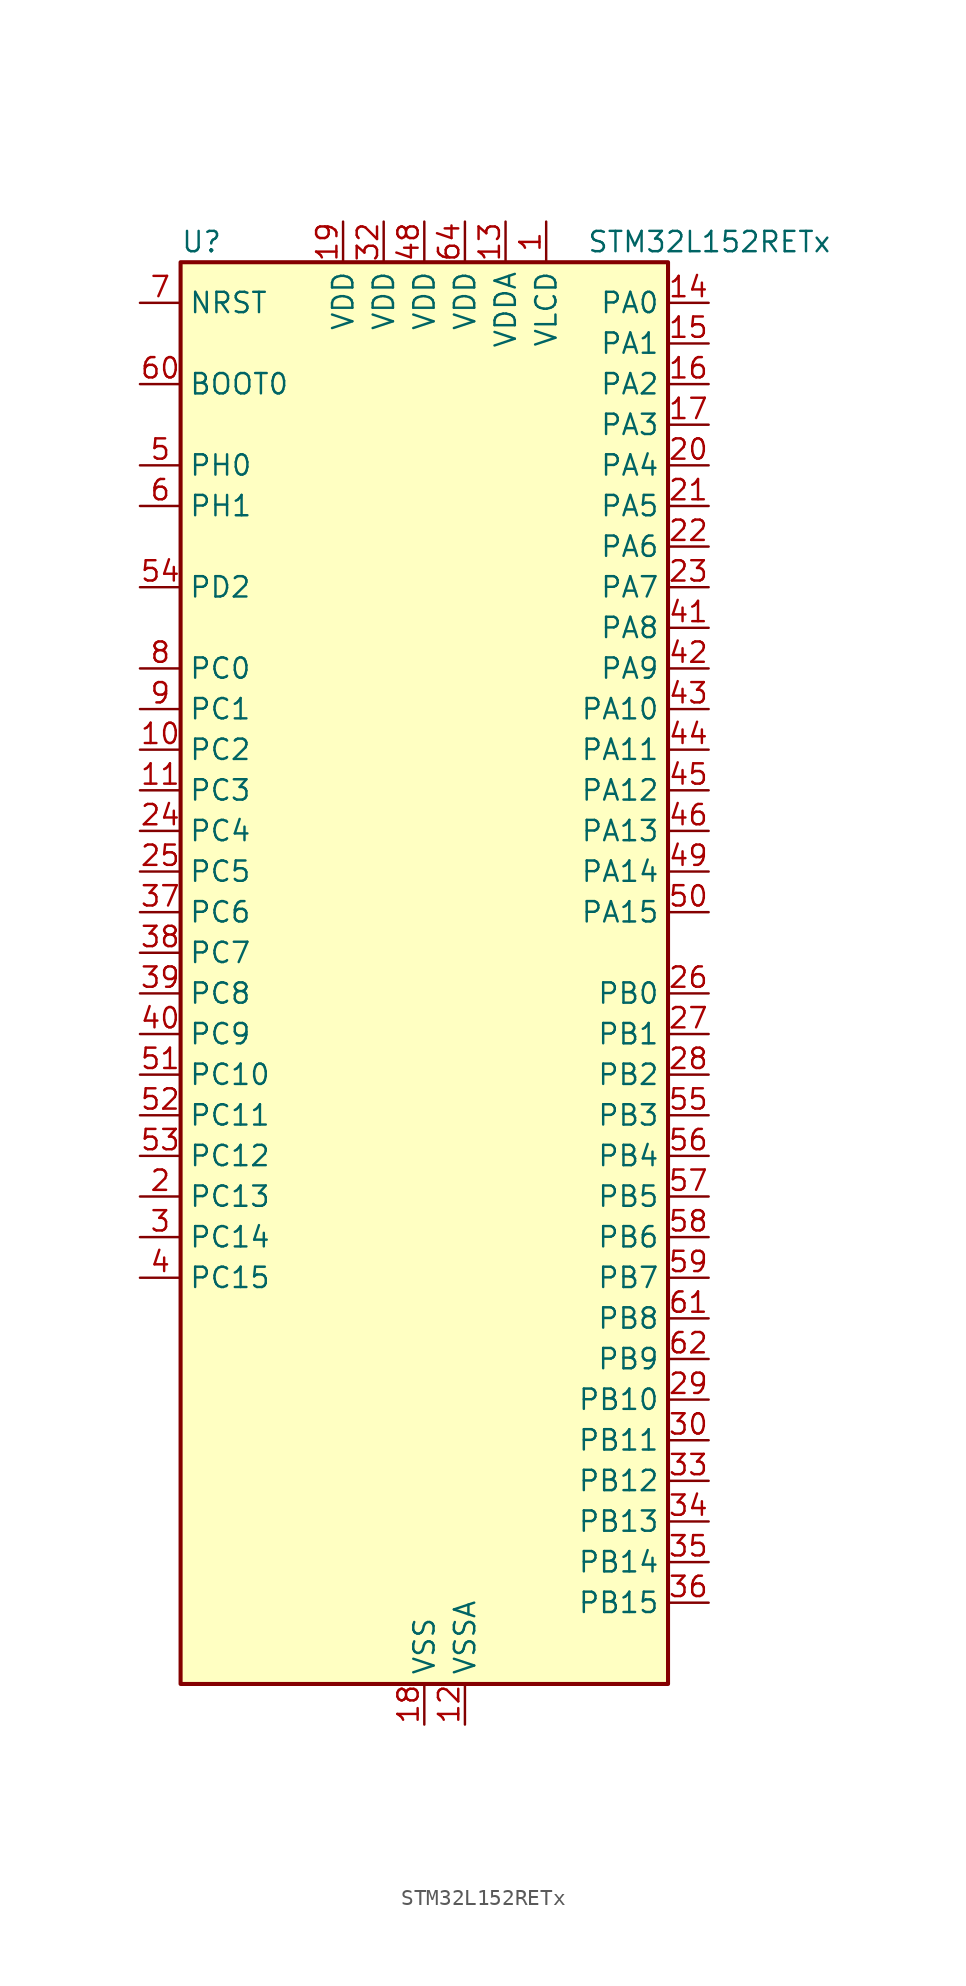
<source format=kicad_sym>
(kicad_symbol_lib
  (version 20220914)
  (generator kicad_symbol_editor)
  (symbol "STM32L152RETx"
    (property "Reference" "U"
      (at -15.24 46.99 0)
      (effects (font (size 1.27 1.27)) (justify left)))
    (property "Value" "STM32L152RETx"
      (at 10.16 46.99 0)
      (effects (font (size 1.27 1.27)) (justify left)))
    (property "ki_locked" ""
      (at 0 0 0)
      (effects (font (size 1.27 1.27))))
    (symbol "STM32L152RETx_0_1"
      (rectangle (start -15.24 -43.18) (end 15.24 45.72) (stroke (width 0.254) (type default)) (fill (type background))))
    (symbol "STM32L152RETx_1_1"
      (pin power_in line (at 7.62 48.26 270) (length 2.54) (name "VLCD" (effects (font (size 1.27 1.27)))) (number "1" (effects (font (size 1.27 1.27)))))
      (pin bidirectional line (at -17.78 15.24 0) (length 2.54) (name "PC2" (effects (font (size 1.27 1.27)))) (number "10" (effects (font (size 1.27 1.27)))) (alternate "ADC_IN12" bidirectional line) (alternate "COMP1_INP" bidirectional line) (alternate "LCD_SEG20" bidirectional line) (alternate "TIMX_IC3" bidirectional line) (alternate "TS_G8_IO3" bidirectional line))
      (pin bidirectional line (at -17.78 12.7 0) (length 2.54) (name "PC3" (effects (font (size 1.27 1.27)))) (number "11" (effects (font (size 1.27 1.27)))) (alternate "ADC_IN13" bidirectional line) (alternate "COMP1_INP" bidirectional line) (alternate "LCD_SEG21" bidirectional line) (alternate "TIMX_IC4" bidirectional line) (alternate "TS_G8_IO4" bidirectional line))
      (pin power_in line (at 2.54 -45.72 90) (length 2.54) (name "VSSA" (effects (font (size 1.27 1.27)))) (number "12" (effects (font (size 1.27 1.27)))))
      (pin power_in line (at 5.08 48.26 270) (length 2.54) (name "VDDA" (effects (font (size 1.27 1.27)))) (number "13" (effects (font (size 1.27 1.27)))))
      (pin bidirectional line (at 17.78 43.18 180) (length 2.54) (name "PA0" (effects (font (size 1.27 1.27)))) (number "14" (effects (font (size 1.27 1.27)))) (alternate "ADC_IN0" bidirectional line) (alternate "COMP1_INP" bidirectional line) (alternate "RTC_TAMP2" bidirectional line) (alternate "SYS_WKUP1" bidirectional line) (alternate "TIM2_CH1" bidirectional line) (alternate "TIM2_ETR" bidirectional line) (alternate "TIM5_CH1" bidirectional line) (alternate "TIMX_IC1" bidirectional line) (alternate "TS_G1_IO1" bidirectional line) (alternate "USART2_CTS" bidirectional line))
      (pin bidirectional line (at 17.78 40.64 180) (length 2.54) (name "PA1" (effects (font (size 1.27 1.27)))) (number "15" (effects (font (size 1.27 1.27)))) (alternate "ADC_IN1" bidirectional line) (alternate "COMP1_INP" bidirectional line) (alternate "LCD_SEG0" bidirectional line) (alternate "OPAMP1_VINP" bidirectional line) (alternate "TIM2_CH2" bidirectional line) (alternate "TIM5_CH2" bidirectional line) (alternate "TIMX_IC2" bidirectional line) (alternate "TS_G1_IO2" bidirectional line) (alternate "USART2_RTS" bidirectional line))
      (pin bidirectional line (at 17.78 38.1 180) (length 2.54) (name "PA2" (effects (font (size 1.27 1.27)))) (number "16" (effects (font (size 1.27 1.27)))) (alternate "ADC_IN2" bidirectional line) (alternate "COMP1_INP" bidirectional line) (alternate "LCD_SEG1" bidirectional line) (alternate "OPAMP1_VINM" bidirectional line) (alternate "TIM2_CH3" bidirectional line) (alternate "TIM5_CH3" bidirectional line) (alternate "TIM9_CH1" bidirectional line) (alternate "TIMX_IC3" bidirectional line) (alternate "TS_G1_IO3" bidirectional line) (alternate "USART2_TX" bidirectional line))
      (pin bidirectional line (at 17.78 35.56 180) (length 2.54) (name "PA3" (effects (font (size 1.27 1.27)))) (number "17" (effects (font (size 1.27 1.27)))) (alternate "ADC_IN3" bidirectional line) (alternate "COMP1_INP" bidirectional line) (alternate "LCD_SEG2" bidirectional line) (alternate "OPAMP1_VOUT" bidirectional line) (alternate "TIM2_CH4" bidirectional line) (alternate "TIM5_CH4" bidirectional line) (alternate "TIM9_CH2" bidirectional line) (alternate "TIMX_IC4" bidirectional line) (alternate "TS_G1_IO4" bidirectional line) (alternate "USART2_RX" bidirectional line))
      (pin power_in line (at 0 -45.72 90) (length 2.54) (name "VSS" (effects (font (size 1.27 1.27)))) (number "18" (effects (font (size 1.27 1.27)))))
      (pin power_in line (at -5.08 48.26 270) (length 2.54) (name "VDD" (effects (font (size 1.27 1.27)))) (number "19" (effects (font (size 1.27 1.27)))))
      (pin bidirectional line (at -17.78 -12.7 0) (length 2.54) (name "PC13" (effects (font (size 1.27 1.27)))) (number "2" (effects (font (size 1.27 1.27)))) (alternate "RTC_OUT_ALARM" bidirectional line) (alternate "RTC_OUT_CALIB" bidirectional line) (alternate "RTC_TAMP1" bidirectional line) (alternate "RTC_TS" bidirectional line) (alternate "SYS_WKUP2" bidirectional line) (alternate "TIMX_IC2" bidirectional line))
      (pin bidirectional line (at 17.78 33.02 180) (length 2.54) (name "PA4" (effects (font (size 1.27 1.27)))) (number "20" (effects (font (size 1.27 1.27)))) (alternate "ADC_IN4" bidirectional line) (alternate "COMP1_INP" bidirectional line) (alternate "DAC_OUT1" bidirectional line) (alternate "I2S3_WS" bidirectional line) (alternate "SPI1_NSS" bidirectional line) (alternate "SPI3_NSS" bidirectional line) (alternate "TIMX_IC1" bidirectional line) (alternate "USART2_CK" bidirectional line))
      (pin bidirectional line (at 17.78 30.48 180) (length 2.54) (name "PA5" (effects (font (size 1.27 1.27)))) (number "21" (effects (font (size 1.27 1.27)))) (alternate "ADC_IN5" bidirectional line) (alternate "COMP1_INP" bidirectional line) (alternate "DAC_OUT2" bidirectional line) (alternate "SPI1_SCK" bidirectional line) (alternate "TIM2_CH1" bidirectional line) (alternate "TIM2_ETR" bidirectional line) (alternate "TIMX_IC2" bidirectional line))
      (pin bidirectional line (at 17.78 27.94 180) (length 2.54) (name "PA6" (effects (font (size 1.27 1.27)))) (number "22" (effects (font (size 1.27 1.27)))) (alternate "ADC_IN6" bidirectional line) (alternate "COMP1_INP" bidirectional line) (alternate "LCD_SEG3" bidirectional line) (alternate "OPAMP2_VINP" bidirectional line) (alternate "SPI1_MISO" bidirectional line) (alternate "TIM10_CH1" bidirectional line) (alternate "TIM3_CH1" bidirectional line) (alternate "TIMX_IC3" bidirectional line) (alternate "TS_G2_IO1" bidirectional line))
      (pin bidirectional line (at 17.78 25.4 180) (length 2.54) (name "PA7" (effects (font (size 1.27 1.27)))) (number "23" (effects (font (size 1.27 1.27)))) (alternate "ADC_IN7" bidirectional line) (alternate "COMP1_INP" bidirectional line) (alternate "LCD_SEG4" bidirectional line) (alternate "OPAMP2_VINM" bidirectional line) (alternate "SPI1_MOSI" bidirectional line) (alternate "TIM11_CH1" bidirectional line) (alternate "TIM3_CH2" bidirectional line) (alternate "TIMX_IC4" bidirectional line) (alternate "TS_G2_IO2" bidirectional line))
      (pin bidirectional line (at -17.78 10.16 0) (length 2.54) (name "PC4" (effects (font (size 1.27 1.27)))) (number "24" (effects (font (size 1.27 1.27)))) (alternate "ADC_IN14" bidirectional line) (alternate "COMP1_INP" bidirectional line) (alternate "LCD_SEG22" bidirectional line) (alternate "TIMX_IC1" bidirectional line) (alternate "TS_G9_IO1" bidirectional line))
      (pin bidirectional line (at -17.78 7.62 0) (length 2.54) (name "PC5" (effects (font (size 1.27 1.27)))) (number "25" (effects (font (size 1.27 1.27)))) (alternate "ADC_IN15" bidirectional line) (alternate "COMP1_INP" bidirectional line) (alternate "LCD_SEG23" bidirectional line) (alternate "TIMX_IC2" bidirectional line) (alternate "TS_G9_IO2" bidirectional line))
      (pin bidirectional line (at 17.78 0 180) (length 2.54) (name "PB0" (effects (font (size 1.27 1.27)))) (number "26" (effects (font (size 1.27 1.27)))) (alternate "ADC_IN8" bidirectional line) (alternate "COMP1_INP" bidirectional line) (alternate "LCD_SEG5" bidirectional line) (alternate "OPAMP2_VOUT" bidirectional line) (alternate "SYS_V_REF_OUT" bidirectional line) (alternate "TIM3_CH3" bidirectional line) (alternate "TS_G3_IO1" bidirectional line))
      (pin bidirectional line (at 17.78 -2.54 180) (length 2.54) (name "PB1" (effects (font (size 1.27 1.27)))) (number "27" (effects (font (size 1.27 1.27)))) (alternate "ADC_IN9" bidirectional line) (alternate "COMP1_INP" bidirectional line) (alternate "LCD_SEG6" bidirectional line) (alternate "SYS_V_REF_OUT" bidirectional line) (alternate "TIM3_CH4" bidirectional line) (alternate "TS_G3_IO2" bidirectional line))
      (pin bidirectional line (at 17.78 -5.08 180) (length 2.54) (name "PB2" (effects (font (size 1.27 1.27)))) (number "28" (effects (font (size 1.27 1.27)))) (alternate "ADC_IN0b" bidirectional line) (alternate "TS_G3_IO3" bidirectional line))
      (pin bidirectional line (at 17.78 -25.4 180) (length 2.54) (name "PB10" (effects (font (size 1.27 1.27)))) (number "29" (effects (font (size 1.27 1.27)))) (alternate "I2C2_SCL" bidirectional line) (alternate "LCD_SEG10" bidirectional line) (alternate "TIM2_CH3" bidirectional line) (alternate "USART3_TX" bidirectional line))
      (pin bidirectional line (at -17.78 -15.24 0) (length 2.54) (name "PC14" (effects (font (size 1.27 1.27)))) (number "3" (effects (font (size 1.27 1.27)))) (alternate "RCC_OSC32_IN" bidirectional line) (alternate "TIMX_IC3" bidirectional line))
      (pin bidirectional line (at 17.78 -27.94 180) (length 2.54) (name "PB11" (effects (font (size 1.27 1.27)))) (number "30" (effects (font (size 1.27 1.27)))) (alternate "ADC_EXTI11" bidirectional line) (alternate "I2C2_SDA" bidirectional line) (alternate "LCD_SEG11" bidirectional line) (alternate "TIM2_CH4" bidirectional line) (alternate "USART3_RX" bidirectional line))
      (pin passive line (at 0 -45.72 90) (length 2.54) hide (name "VSS" (effects (font (size 1.27 1.27)))) (number "31" (effects (font (size 1.27 1.27)))))
      (pin power_in line (at -2.54 48.26 270) (length 2.54) (name "VDD" (effects (font (size 1.27 1.27)))) (number "32" (effects (font (size 1.27 1.27)))))
      (pin bidirectional line (at 17.78 -30.48 180) (length 2.54) (name "PB12" (effects (font (size 1.27 1.27)))) (number "33" (effects (font (size 1.27 1.27)))) (alternate "ADC_IN18" bidirectional line) (alternate "COMP1_INP" bidirectional line) (alternate "I2C2_SMBA" bidirectional line) (alternate "I2S2_WS" bidirectional line) (alternate "LCD_SEG12" bidirectional line) (alternate "SPI2_NSS" bidirectional line) (alternate "TIM10_CH1" bidirectional line) (alternate "TS_G7_IO1" bidirectional line) (alternate "USART3_CK" bidirectional line))
      (pin bidirectional line (at 17.78 -33.02 180) (length 2.54) (name "PB13" (effects (font (size 1.27 1.27)))) (number "34" (effects (font (size 1.27 1.27)))) (alternate "ADC_IN19" bidirectional line) (alternate "COMP1_INP" bidirectional line) (alternate "I2S2_CK" bidirectional line) (alternate "LCD_SEG13" bidirectional line) (alternate "SPI2_SCK" bidirectional line) (alternate "TIM9_CH1" bidirectional line) (alternate "TS_G7_IO2" bidirectional line) (alternate "USART3_CTS" bidirectional line))
      (pin bidirectional line (at 17.78 -35.56 180) (length 2.54) (name "PB14" (effects (font (size 1.27 1.27)))) (number "35" (effects (font (size 1.27 1.27)))) (alternate "ADC_IN20" bidirectional line) (alternate "COMP1_INP" bidirectional line) (alternate "LCD_SEG14" bidirectional line) (alternate "SPI2_MISO" bidirectional line) (alternate "TIM9_CH2" bidirectional line) (alternate "TS_G7_IO3" bidirectional line) (alternate "USART3_RTS" bidirectional line))
      (pin bidirectional line (at 17.78 -38.1 180) (length 2.54) (name "PB15" (effects (font (size 1.27 1.27)))) (number "36" (effects (font (size 1.27 1.27)))) (alternate "ADC_EXTI15" bidirectional line) (alternate "ADC_IN21" bidirectional line) (alternate "COMP1_INP" bidirectional line) (alternate "I2S2_SD" bidirectional line) (alternate "LCD_SEG15" bidirectional line) (alternate "RTC_REFIN" bidirectional line) (alternate "SPI2_MOSI" bidirectional line) (alternate "TIM11_CH1" bidirectional line) (alternate "TS_G7_IO4" bidirectional line))
      (pin bidirectional line (at -17.78 5.08 0) (length 2.54) (name "PC6" (effects (font (size 1.27 1.27)))) (number "37" (effects (font (size 1.27 1.27)))) (alternate "I2S2_MCK" bidirectional line) (alternate "LCD_SEG24" bidirectional line) (alternate "TIM3_CH1" bidirectional line) (alternate "TIMX_IC3" bidirectional line) (alternate "TS_G10_IO1" bidirectional line))
      (pin bidirectional line (at -17.78 2.54 0) (length 2.54) (name "PC7" (effects (font (size 1.27 1.27)))) (number "38" (effects (font (size 1.27 1.27)))) (alternate "I2S3_MCK" bidirectional line) (alternate "LCD_SEG25" bidirectional line) (alternate "TIM3_CH2" bidirectional line) (alternate "TIMX_IC4" bidirectional line) (alternate "TS_G10_IO2" bidirectional line))
      (pin bidirectional line (at -17.78 0 0) (length 2.54) (name "PC8" (effects (font (size 1.27 1.27)))) (number "39" (effects (font (size 1.27 1.27)))) (alternate "LCD_SEG26" bidirectional line) (alternate "TIM3_CH3" bidirectional line) (alternate "TIMX_IC1" bidirectional line) (alternate "TS_G10_IO3" bidirectional line))
      (pin bidirectional line (at -17.78 -17.78 0) (length 2.54) (name "PC15" (effects (font (size 1.27 1.27)))) (number "4" (effects (font (size 1.27 1.27)))) (alternate "ADC_EXTI15" bidirectional line) (alternate "RCC_OSC32_OUT" bidirectional line) (alternate "TIMX_IC4" bidirectional line))
      (pin bidirectional line (at -17.78 -2.54 0) (length 2.54) (name "PC9" (effects (font (size 1.27 1.27)))) (number "40" (effects (font (size 1.27 1.27)))) (alternate "DAC_EXTI9" bidirectional line) (alternate "LCD_SEG27" bidirectional line) (alternate "TIM3_CH4" bidirectional line) (alternate "TIMX_IC2" bidirectional line) (alternate "TS_G10_IO4" bidirectional line))
      (pin bidirectional line (at 17.78 22.86 180) (length 2.54) (name "PA8" (effects (font (size 1.27 1.27)))) (number "41" (effects (font (size 1.27 1.27)))) (alternate "LCD_COM0" bidirectional line) (alternate "RCC_MCO" bidirectional line) (alternate "TIMX_IC1" bidirectional line) (alternate "TS_G4_IO1" bidirectional line) (alternate "USART1_CK" bidirectional line))
      (pin bidirectional line (at 17.78 20.32 180) (length 2.54) (name "PA9" (effects (font (size 1.27 1.27)))) (number "42" (effects (font (size 1.27 1.27)))) (alternate "DAC_EXTI9" bidirectional line) (alternate "LCD_COM1" bidirectional line) (alternate "TIMX_IC2" bidirectional line) (alternate "TS_G4_IO2" bidirectional line) (alternate "USART1_TX" bidirectional line))
      (pin bidirectional line (at 17.78 17.78 180) (length 2.54) (name "PA10" (effects (font (size 1.27 1.27)))) (number "43" (effects (font (size 1.27 1.27)))) (alternate "LCD_COM2" bidirectional line) (alternate "TIMX_IC3" bidirectional line) (alternate "TS_G4_IO3" bidirectional line) (alternate "USART1_RX" bidirectional line))
      (pin bidirectional line (at 17.78 15.24 180) (length 2.54) (name "PA11" (effects (font (size 1.27 1.27)))) (number "44" (effects (font (size 1.27 1.27)))) (alternate "ADC_EXTI11" bidirectional line) (alternate "SPI1_MISO" bidirectional line) (alternate "TIMX_IC4" bidirectional line) (alternate "USART1_CTS" bidirectional line) (alternate "USB_DM" bidirectional line))
      (pin bidirectional line (at 17.78 12.7 180) (length 2.54) (name "PA12" (effects (font (size 1.27 1.27)))) (number "45" (effects (font (size 1.27 1.27)))) (alternate "SPI1_MOSI" bidirectional line) (alternate "TIMX_IC1" bidirectional line) (alternate "USART1_RTS" bidirectional line) (alternate "USB_DP" bidirectional line))
      (pin bidirectional line (at 17.78 10.16 180) (length 2.54) (name "PA13" (effects (font (size 1.27 1.27)))) (number "46" (effects (font (size 1.27 1.27)))) (alternate "SYS_JTMS-SWDIO" bidirectional line) (alternate "TIMX_IC2" bidirectional line) (alternate "TS_G5_IO1" bidirectional line))
      (pin passive line (at 0 -45.72 90) (length 2.54) hide (name "VSS" (effects (font (size 1.27 1.27)))) (number "47" (effects (font (size 1.27 1.27)))))
      (pin power_in line (at 0 48.26 270) (length 2.54) (name "VDD" (effects (font (size 1.27 1.27)))) (number "48" (effects (font (size 1.27 1.27)))))
      (pin bidirectional line (at 17.78 7.62 180) (length 2.54) (name "PA14" (effects (font (size 1.27 1.27)))) (number "49" (effects (font (size 1.27 1.27)))) (alternate "SYS_JTCK-SWCLK" bidirectional line) (alternate "TIMX_IC3" bidirectional line) (alternate "TS_G5_IO2" bidirectional line))
      (pin bidirectional line (at -17.78 33.02 0) (length 2.54) (name "PH0" (effects (font (size 1.27 1.27)))) (number "5" (effects (font (size 1.27 1.27)))) (alternate "RCC_OSC_IN" bidirectional line))
      (pin bidirectional line (at 17.78 5.08 180) (length 2.54) (name "PA15" (effects (font (size 1.27 1.27)))) (number "50" (effects (font (size 1.27 1.27)))) (alternate "ADC_EXTI15" bidirectional line) (alternate "I2S3_WS" bidirectional line) (alternate "LCD_SEG17" bidirectional line) (alternate "SPI1_NSS" bidirectional line) (alternate "SPI3_NSS" bidirectional line) (alternate "SYS_JTDI" bidirectional line) (alternate "TIM2_CH1" bidirectional line) (alternate "TIM2_ETR" bidirectional line) (alternate "TIMX_IC4" bidirectional line) (alternate "TS_G5_IO3" bidirectional line))
      (pin bidirectional line (at -17.78 -5.08 0) (length 2.54) (name "PC10" (effects (font (size 1.27 1.27)))) (number "51" (effects (font (size 1.27 1.27)))) (alternate "I2S3_CK" bidirectional line) (alternate "LCD_COM4" bidirectional line) (alternate "LCD_SEG28" bidirectional line) (alternate "LCD_SEG40" bidirectional line) (alternate "SPI3_SCK" bidirectional line) (alternate "TIMX_IC3" bidirectional line) (alternate "UART4_TX" bidirectional line) (alternate "USART3_TX" bidirectional line))
      (pin bidirectional line (at -17.78 -7.62 0) (length 2.54) (name "PC11" (effects (font (size 1.27 1.27)))) (number "52" (effects (font (size 1.27 1.27)))) (alternate "ADC_EXTI11" bidirectional line) (alternate "LCD_COM5" bidirectional line) (alternate "LCD_SEG29" bidirectional line) (alternate "LCD_SEG41" bidirectional line) (alternate "SPI3_MISO" bidirectional line) (alternate "TIMX_IC4" bidirectional line) (alternate "UART4_RX" bidirectional line) (alternate "USART3_RX" bidirectional line))
      (pin bidirectional line (at -17.78 -10.16 0) (length 2.54) (name "PC12" (effects (font (size 1.27 1.27)))) (number "53" (effects (font (size 1.27 1.27)))) (alternate "I2S3_SD" bidirectional line) (alternate "LCD_COM6" bidirectional line) (alternate "LCD_SEG30" bidirectional line) (alternate "LCD_SEG42" bidirectional line) (alternate "SPI3_MOSI" bidirectional line) (alternate "TIMX_IC1" bidirectional line) (alternate "UART5_TX" bidirectional line) (alternate "USART3_CK" bidirectional line))
      (pin bidirectional line (at -17.78 25.4 0) (length 2.54) (name "PD2" (effects (font (size 1.27 1.27)))) (number "54" (effects (font (size 1.27 1.27)))) (alternate "LCD_COM7" bidirectional line) (alternate "LCD_SEG31" bidirectional line) (alternate "LCD_SEG43" bidirectional line) (alternate "TIM3_ETR" bidirectional line) (alternate "TIMX_IC3" bidirectional line) (alternate "UART5_RX" bidirectional line))
      (pin bidirectional line (at 17.78 -7.62 180) (length 2.54) (name "PB3" (effects (font (size 1.27 1.27)))) (number "55" (effects (font (size 1.27 1.27)))) (alternate "COMP2_INM" bidirectional line) (alternate "I2S3_CK" bidirectional line) (alternate "LCD_SEG7" bidirectional line) (alternate "SPI1_SCK" bidirectional line) (alternate "SPI3_SCK" bidirectional line) (alternate "SYS_JTDO-TRACESWO" bidirectional line) (alternate "TIM2_CH2" bidirectional line))
      (pin bidirectional line (at 17.78 -10.16 180) (length 2.54) (name "PB4" (effects (font (size 1.27 1.27)))) (number "56" (effects (font (size 1.27 1.27)))) (alternate "COMP2_INP" bidirectional line) (alternate "LCD_SEG8" bidirectional line) (alternate "SPI1_MISO" bidirectional line) (alternate "SPI3_MISO" bidirectional line) (alternate "SYS_JTRST" bidirectional line) (alternate "TIM3_CH1" bidirectional line) (alternate "TS_G6_IO1" bidirectional line))
      (pin bidirectional line (at 17.78 -12.7 180) (length 2.54) (name "PB5" (effects (font (size 1.27 1.27)))) (number "57" (effects (font (size 1.27 1.27)))) (alternate "COMP2_INP" bidirectional line) (alternate "I2C1_SMBA" bidirectional line) (alternate "I2S3_SD" bidirectional line) (alternate "LCD_SEG9" bidirectional line) (alternate "SPI1_MOSI" bidirectional line) (alternate "SPI3_MOSI" bidirectional line) (alternate "TIM3_CH2" bidirectional line) (alternate "TS_G6_IO2" bidirectional line))
      (pin bidirectional line (at 17.78 -15.24 180) (length 2.54) (name "PB6" (effects (font (size 1.27 1.27)))) (number "58" (effects (font (size 1.27 1.27)))) (alternate "COMP2_INP" bidirectional line) (alternate "I2C1_SCL" bidirectional line) (alternate "TIM4_CH1" bidirectional line) (alternate "TS_G6_IO3" bidirectional line) (alternate "USART1_TX" bidirectional line))
      (pin bidirectional line (at 17.78 -17.78 180) (length 2.54) (name "PB7" (effects (font (size 1.27 1.27)))) (number "59" (effects (font (size 1.27 1.27)))) (alternate "COMP2_INP" bidirectional line) (alternate "I2C1_SDA" bidirectional line) (alternate "SYS_PVD_IN" bidirectional line) (alternate "TIM4_CH2" bidirectional line) (alternate "TS_G6_IO4" bidirectional line) (alternate "USART1_RX" bidirectional line))
      (pin bidirectional line (at -17.78 30.48 0) (length 2.54) (name "PH1" (effects (font (size 1.27 1.27)))) (number "6" (effects (font (size 1.27 1.27)))) (alternate "RCC_OSC_OUT" bidirectional line))
      (pin input line (at -17.78 38.1 0) (length 2.54) (name "BOOT0" (effects (font (size 1.27 1.27)))) (number "60" (effects (font (size 1.27 1.27)))))
      (pin bidirectional line (at 17.78 -20.32 180) (length 2.54) (name "PB8" (effects (font (size 1.27 1.27)))) (number "61" (effects (font (size 1.27 1.27)))) (alternate "I2C1_SCL" bidirectional line) (alternate "LCD_SEG16" bidirectional line) (alternate "TIM10_CH1" bidirectional line) (alternate "TIM4_CH3" bidirectional line))
      (pin bidirectional line (at 17.78 -22.86 180) (length 2.54) (name "PB9" (effects (font (size 1.27 1.27)))) (number "62" (effects (font (size 1.27 1.27)))) (alternate "DAC_EXTI9" bidirectional line) (alternate "I2C1_SDA" bidirectional line) (alternate "LCD_COM3" bidirectional line) (alternate "TIM11_CH1" bidirectional line) (alternate "TIM4_CH4" bidirectional line))
      (pin passive line (at 0 -45.72 90) (length 2.54) hide (name "VSS" (effects (font (size 1.27 1.27)))) (number "63" (effects (font (size 1.27 1.27)))))
      (pin power_in line (at 2.54 48.26 270) (length 2.54) (name "VDD" (effects (font (size 1.27 1.27)))) (number "64" (effects (font (size 1.27 1.27)))))
      (pin input line (at -17.78 43.18 0) (length 2.54) (name "NRST" (effects (font (size 1.27 1.27)))) (number "7" (effects (font (size 1.27 1.27)))))
      (pin bidirectional line (at -17.78 20.32 0) (length 2.54) (name "PC0" (effects (font (size 1.27 1.27)))) (number "8" (effects (font (size 1.27 1.27)))) (alternate "ADC_IN10" bidirectional line) (alternate "COMP1_INP" bidirectional line) (alternate "LCD_SEG18" bidirectional line) (alternate "TIMX_IC1" bidirectional line) (alternate "TS_G8_IO1" bidirectional line))
      (pin bidirectional line (at -17.78 17.78 0) (length 2.54) (name "PC1" (effects (font (size 1.27 1.27)))) (number "9" (effects (font (size 1.27 1.27)))) (alternate "ADC_IN11" bidirectional line) (alternate "COMP1_INP" bidirectional line) (alternate "LCD_SEG19" bidirectional line) (alternate "TIMX_IC2" bidirectional line) (alternate "TS_G8_IO2" bidirectional line)))))
</source>
